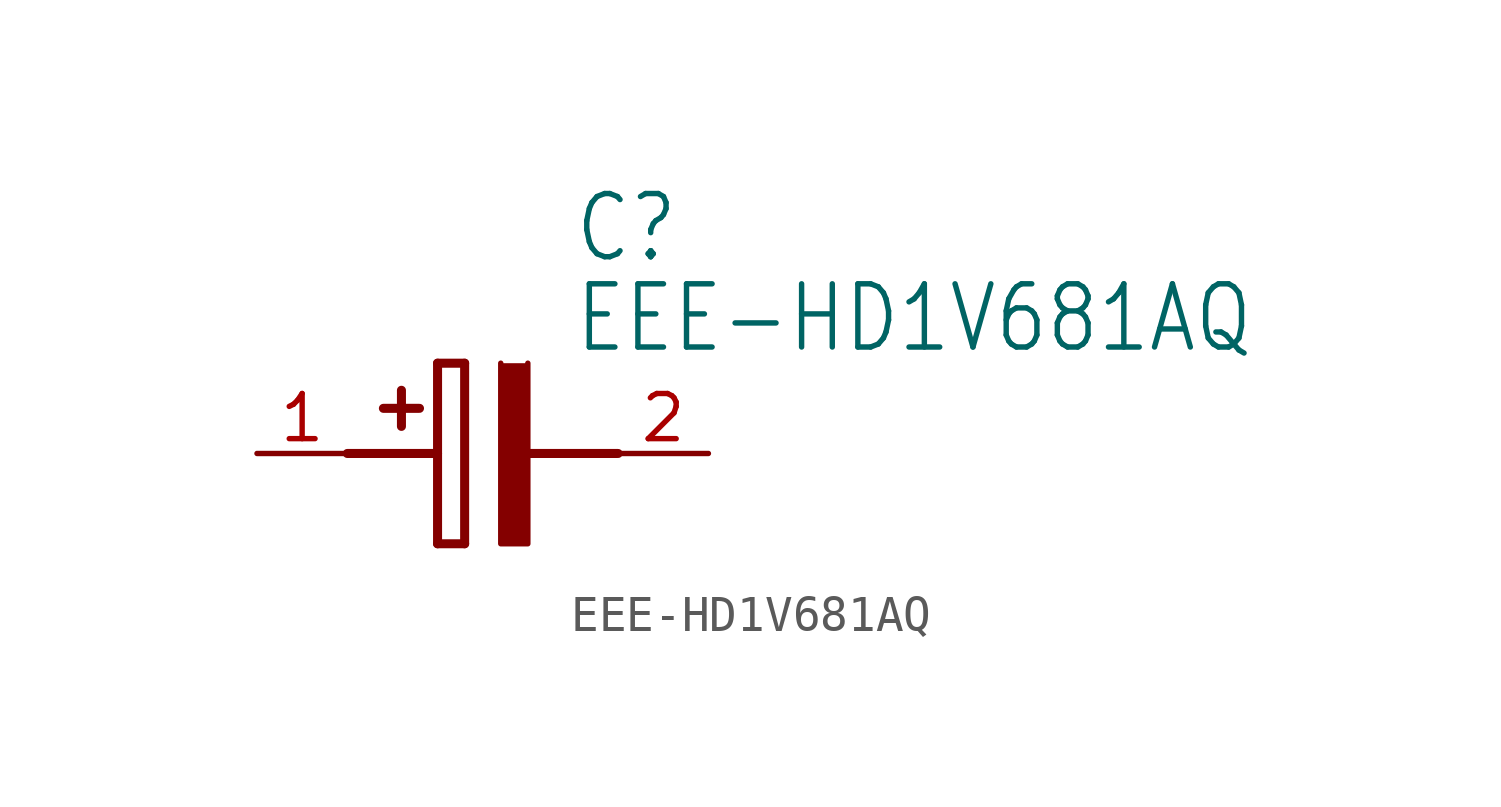
<source format=kicad_sym>
(kicad_symbol_lib
  (version 20211014)
  (generator kicad_symbol_editor)
  (symbol "EEE-HD1V681AQ"
    (property "Reference" "C"
      (at 8.89 6.35 0)
      (effects (font (size 1.778 1.511)) (justify left)))
    (property "Value" "EEE-HD1V681AQ"
      (at 8.89 3.81 0)
      (effects (font (size 1.778 1.511)) (justify left)))
    (property "ki_locked" ""
      (at 0 0 0)
      (effects (font (size 1.27 1.27))))
    (symbol "EEE-HD1V681AQ_1_0"
      (polyline (pts (xy 2.54 0) (xy 5.08 0)) (stroke (width 0.254) (type default) (color 0 0 0 0)) (fill (type none)))
      (polyline (pts (xy 4.064 1.778) (xy 4.064 0.762)) (stroke (width 0.254) (type default) (color 0 0 0 0)) (fill (type none)))
      (polyline (pts (xy 4.572 1.27) (xy 3.556 1.27)) (stroke (width 0.254) (type default) (color 0 0 0 0)) (fill (type none)))
      (polyline (pts (xy 5.08 2.54) (xy 5.08 -2.54)) (stroke (width 0.254) (type default) (color 0 0 0 0)) (fill (type none)))
      (polyline (pts (xy 5.08 2.54) (xy 5.842 2.54)) (stroke (width 0.254) (type default) (color 0 0 0 0)) (fill (type none)))
      (polyline (pts (xy 5.842 -2.54) (xy 5.08 -2.54)) (stroke (width 0.254) (type default) (color 0 0 0 0)) (fill (type none)))
      (polyline (pts (xy 5.842 -2.54) (xy 5.842 2.54)) (stroke (width 0.254) (type default) (color 0 0 0 0)) (fill (type none)))
      (polyline (pts (xy 7.62 0) (xy 10.16 0)) (stroke (width 0.254) (type default) (color 0 0 0 0)) (fill (type none)))
      (polyline (pts (xy 7.62 2.54) (xy 7.62 -2.54) (xy 6.858 -2.54) (xy 6.858 2.54)) (stroke (width 0) (type default) (color 0 0 0 0)) (fill (type outline)))
      (pin bidirectional line (at 0 0 0) (length 2.54) (name "+" (effects (font (size 0 0)))) (number "1" (effects (font (size 1.27 1.27)))))
      (pin bidirectional line (at 12.7 0 180) (length 2.54) (name "-" (effects (font (size 0 0)))) (number "2" (effects (font (size 1.27 1.27))))))))
</source>
